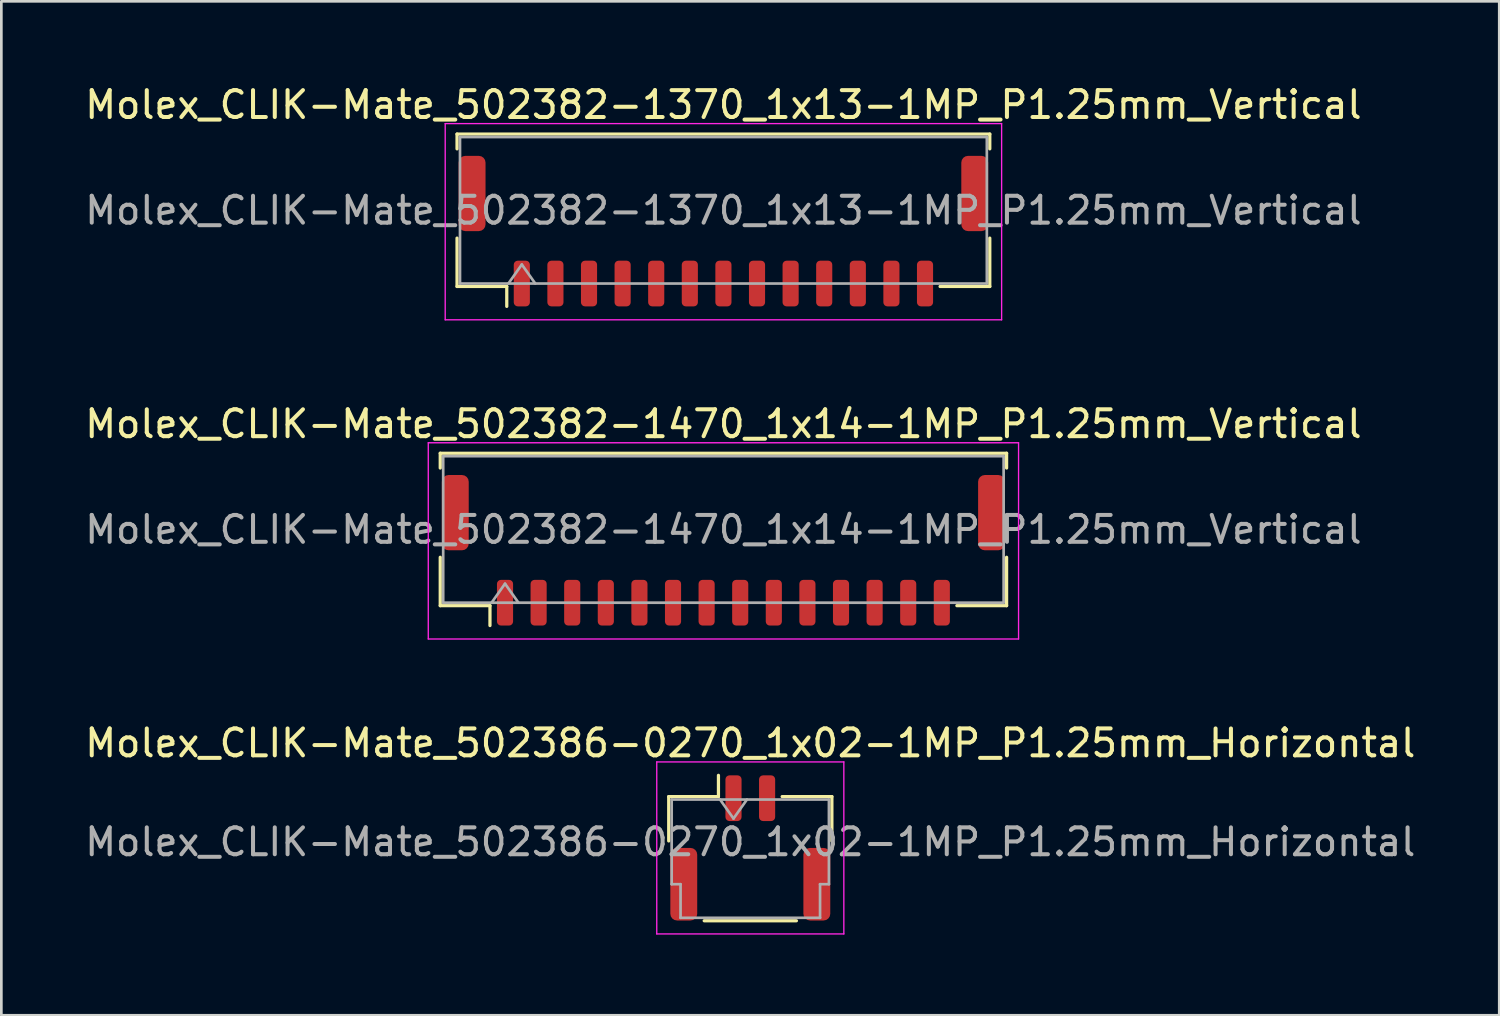
<source format=kicad_pcb>
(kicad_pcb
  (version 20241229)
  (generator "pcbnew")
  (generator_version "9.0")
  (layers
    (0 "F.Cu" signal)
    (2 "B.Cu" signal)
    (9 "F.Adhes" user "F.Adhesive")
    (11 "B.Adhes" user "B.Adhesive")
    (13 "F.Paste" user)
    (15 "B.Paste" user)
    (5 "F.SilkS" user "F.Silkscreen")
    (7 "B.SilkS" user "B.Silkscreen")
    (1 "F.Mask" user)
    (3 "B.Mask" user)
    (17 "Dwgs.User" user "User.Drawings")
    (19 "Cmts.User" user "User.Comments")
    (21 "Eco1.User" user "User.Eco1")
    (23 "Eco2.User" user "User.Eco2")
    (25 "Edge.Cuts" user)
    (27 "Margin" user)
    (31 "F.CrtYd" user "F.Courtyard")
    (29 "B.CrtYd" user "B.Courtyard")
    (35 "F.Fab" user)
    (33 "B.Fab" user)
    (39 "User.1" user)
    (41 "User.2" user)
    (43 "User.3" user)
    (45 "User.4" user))
  (footprint "Molex_CLIK-Mate_502386-0270_1x02-1MP_P1.25mm_Horizontal"
    (layer "F.Cu")
    (at 24.863 28.495)
    (property "Reference" "Molex_CLIK-Mate_502386-0270_1x02-1MP_P1.25mm_Horizontal" (at 0 -3.9 0) (layer "F.SilkS") (effects (font (size 1 1) (thickness 0.15))))
    (attr smd)
    (fp_line (start -3.035 -1.91) (end -1.185 -1.91) (stroke (width 0.12) (type solid)) (layer "F.SilkS"))
    (fp_line (start -3.035 -0.26) (end -3.035 -1.91) (stroke (width 0.12) (type solid)) (layer "F.SilkS"))
    (fp_line (start -1.715 2.71) (end 1.715 2.71) (stroke (width 0.12) (type solid)) (layer "F.SilkS"))
    (fp_line (start -1.185 -1.91) (end -1.185 -2.7) (stroke (width 0.12) (type solid)) (layer "F.SilkS"))
    (fp_line (start 3.035 -1.91) (end 1.185 -1.91) (stroke (width 0.12) (type solid)) (layer "F.SilkS"))
    (fp_line (start 3.035 -0.26) (end 3.035 -1.91) (stroke (width 0.12) (type solid)) (layer "F.SilkS"))
    (fp_line (start -3.48 -3.2) (end -3.48 3.2) (stroke (width 0.05) (type solid)) (layer "F.CrtYd"))
    (fp_line (start -3.48 3.2) (end 3.48 3.2) (stroke (width 0.05) (type solid)) (layer "F.CrtYd"))
    (fp_line (start 3.48 -3.2) (end -3.48 -3.2) (stroke (width 0.05) (type solid)) (layer "F.CrtYd"))
    (fp_line (start 3.48 3.2) (end 3.48 -3.2) (stroke (width 0.05) (type solid)) (layer "F.CrtYd"))
    (fp_line (start -2.925 -1.8) (end -2.925 1.35) (stroke (width 0.1) (type solid)) (layer "F.Fab"))
    (fp_line (start -2.925 -1.8) (end 2.925 -1.8) (stroke (width 0.1) (type solid)) (layer "F.Fab"))
    (fp_line (start -2.925 1.35) (end -2.595 1.35) (stroke (width 0.1) (type solid)) (layer "F.Fab"))
    (fp_line (start -2.595 1.35) (end -2.595 2.6) (stroke (width 0.1) (type solid)) (layer "F.Fab"))
    (fp_line (start -2.595 2.6) (end 2.595 2.6) (stroke (width 0.1) (type solid)) (layer "F.Fab"))
    (fp_line (start -1.125 -1.8) (end -0.625 -1.093) (stroke (width 0.1) (type solid)) (layer "F.Fab"))
    (fp_line (start -0.625 -1.093) (end -0.125 -1.8) (stroke (width 0.1) (type solid)) (layer "F.Fab"))
    (fp_line (start 2.595 1.35) (end 2.925 1.35) (stroke (width 0.1) (type solid)) (layer "F.Fab"))
    (fp_line (start 2.595 2.6) (end 2.595 1.35) (stroke (width 0.1) (type solid)) (layer "F.Fab"))
    (fp_line (start 2.925 -1.8) (end 2.925 1.35) (stroke (width 0.1) (type solid)) (layer "F.Fab"))
    (fp_text user "${REFERENCE}" (at 0 -0.22 0) (layer "F.Fab") (effects (font (size 1 1) (thickness 0.15))))
    (pad "1" smd roundrect (at -0.625 -1.85) (size 0.6 1.7) (layers "F.Cu" "F.Mask" "F.Paste") (roundrect_rratio 0.25))
    (pad "2" smd roundrect (at 0.625 -1.85) (size 0.6 1.7) (layers "F.Cu" "F.Mask" "F.Paste") (roundrect_rratio 0.25))
    (pad "MP" smd roundrect (at -2.475 1.35) (size 1 2.7) (layers "F.Cu" "F.Mask" "F.Paste") (roundrect_rratio 0.25))
    (pad "MP" smd roundrect (at 2.475 1.35) (size 1 2.7) (layers "F.Cu" "F.Mask" "F.Paste") (roundrect_rratio 0.25)))
  (footprint "Molex_CLIK-Mate_502382-1470_1x14-1MP_P1.25mm_Vertical"
    (layer "F.Cu")
    (at 23.863 17.422)
    (property "Reference" "Molex_CLIK-Mate_502382-1470_1x14-1MP_P1.25mm_Vertical" (at 0 -4.7 0) (layer "F.SilkS") (effects (font (size 1 1) (thickness 0.15))))
    (attr smd)
    (fp_line (start -10.535 -3.61) (end 10.535 -3.61) (stroke (width 0.12) (type solid)) (layer "F.SilkS"))
    (fp_line (start -10.535 -3.06) (end -10.535 -3.61) (stroke (width 0.12) (type solid)) (layer "F.SilkS"))
    (fp_line (start -10.535 0.26) (end -10.535 2.06) (stroke (width 0.12) (type solid)) (layer "F.SilkS"))
    (fp_line (start -10.535 2.06) (end -8.685 2.06) (stroke (width 0.12) (type solid)) (layer "F.SilkS"))
    (fp_line (start -8.685 2.06) (end -8.685 2.8) (stroke (width 0.12) (type solid)) (layer "F.SilkS"))
    (fp_line (start 10.535 -3.61) (end 10.535 -3.06) (stroke (width 0.12) (type solid)) (layer "F.SilkS"))
    (fp_line (start 10.535 0.26) (end 10.535 2.06) (stroke (width 0.12) (type solid)) (layer "F.SilkS"))
    (fp_line (start 10.535 2.06) (end 8.685 2.06) (stroke (width 0.12) (type solid)) (layer "F.SilkS"))
    (fp_line (start -10.98 -4) (end -10.98 3.3) (stroke (width 0.05) (type solid)) (layer "F.CrtYd"))
    (fp_line (start -10.98 3.3) (end 10.98 3.3) (stroke (width 0.05) (type solid)) (layer "F.CrtYd"))
    (fp_line (start 10.98 -4) (end -10.98 -4) (stroke (width 0.05) (type solid)) (layer "F.CrtYd"))
    (fp_line (start 10.98 3.3) (end 10.98 -4) (stroke (width 0.05) (type solid)) (layer "F.CrtYd"))
    (fp_line (start -10.425 -3.5) (end 10.425 -3.5) (stroke (width 0.1) (type solid)) (layer "F.Fab"))
    (fp_line (start -10.425 1.95) (end -10.425 -3.5) (stroke (width 0.1) (type solid)) (layer "F.Fab"))
    (fp_line (start -10.425 1.95) (end 10.425 1.95) (stroke (width 0.1) (type solid)) (layer "F.Fab"))
    (fp_line (start -8.625 1.95) (end -8.125 1.243) (stroke (width 0.1) (type solid)) (layer "F.Fab"))
    (fp_line (start -8.125 1.243) (end -7.625 1.95) (stroke (width 0.1) (type solid)) (layer "F.Fab"))
    (fp_line (start 10.425 1.95) (end 10.425 -3.5) (stroke (width 0.1) (type solid)) (layer "F.Fab"))
    (fp_text user "${REFERENCE}" (at 0 -0.77 0) (layer "F.Fab") (effects (font (size 1 1) (thickness 0.15))))
    (pad "1" smd roundrect (at -8.125 1.95) (size 0.6 1.7) (layers "F.Cu" "F.Mask" "F.Paste") (roundrect_rratio 0.25))
    (pad "2" smd roundrect (at -6.875 1.95) (size 0.6 1.7) (layers "F.Cu" "F.Mask" "F.Paste") (roundrect_rratio 0.25))
    (pad "3" smd roundrect (at -5.625 1.95) (size 0.6 1.7) (layers "F.Cu" "F.Mask" "F.Paste") (roundrect_rratio 0.25))
    (pad "4" smd roundrect (at -4.375 1.95) (size 0.6 1.7) (layers "F.Cu" "F.Mask" "F.Paste") (roundrect_rratio 0.25))
    (pad "5" smd roundrect (at -3.125 1.95) (size 0.6 1.7) (layers "F.Cu" "F.Mask" "F.Paste") (roundrect_rratio 0.25))
    (pad "6" smd roundrect (at -1.875 1.95) (size 0.6 1.7) (layers "F.Cu" "F.Mask" "F.Paste") (roundrect_rratio 0.25))
    (pad "7" smd roundrect (at -0.625 1.95) (size 0.6 1.7) (layers "F.Cu" "F.Mask" "F.Paste") (roundrect_rratio 0.25))
    (pad "8" smd roundrect (at 0.625 1.95) (size 0.6 1.7) (layers "F.Cu" "F.Mask" "F.Paste") (roundrect_rratio 0.25))
    (pad "9" smd roundrect (at 1.875 1.95) (size 0.6 1.7) (layers "F.Cu" "F.Mask" "F.Paste") (roundrect_rratio 0.25))
    (pad "10" smd roundrect (at 3.125 1.95) (size 0.6 1.7) (layers "F.Cu" "F.Mask" "F.Paste") (roundrect_rratio 0.25))
    (pad "11" smd roundrect (at 4.375 1.95) (size 0.6 1.7) (layers "F.Cu" "F.Mask" "F.Paste") (roundrect_rratio 0.25))
    (pad "12" smd roundrect (at 5.625 1.95) (size 0.6 1.7) (layers "F.Cu" "F.Mask" "F.Paste") (roundrect_rratio 0.25))
    (pad "13" smd roundrect (at 6.875 1.95) (size 0.6 1.7) (layers "F.Cu" "F.Mask" "F.Paste") (roundrect_rratio 0.25))
    (pad "14" smd roundrect (at 8.125 1.95) (size 0.6 1.7) (layers "F.Cu" "F.Mask" "F.Paste") (roundrect_rratio 0.25))
    (pad "MP" smd roundrect (at -9.975 -1.4) (size 1 2.8) (layers "F.Cu" "F.Mask" "F.Paste") (roundrect_rratio 0.25))
    (pad "MP" smd roundrect (at 9.975 -1.4) (size 1 2.8) (layers "F.Cu" "F.Mask" "F.Paste") (roundrect_rratio 0.25)))
  (footprint "Molex_CLIK-Mate_502382-1370_1x13-1MP_P1.25mm_Vertical"
    (layer "F.Cu")
    (at 23.863 5.548)
    (property "Reference" "Molex_CLIK-Mate_502382-1370_1x13-1MP_P1.25mm_Vertical" (at 0 -4.7 0) (layer "F.SilkS") (effects (font (size 1 1) (thickness 0.15))))
    (attr smd)
    (fp_line (start -9.91 -3.61) (end 9.91 -3.61) (stroke (width 0.12) (type solid)) (layer "F.SilkS"))
    (fp_line (start -9.91 -3.06) (end -9.91 -3.61) (stroke (width 0.12) (type solid)) (layer "F.SilkS"))
    (fp_line (start -9.91 0.26) (end -9.91 2.06) (stroke (width 0.12) (type solid)) (layer "F.SilkS"))
    (fp_line (start -9.91 2.06) (end -8.06 2.06) (stroke (width 0.12) (type solid)) (layer "F.SilkS"))
    (fp_line (start -8.06 2.06) (end -8.06 2.8) (stroke (width 0.12) (type solid)) (layer "F.SilkS"))
    (fp_line (start 9.91 -3.61) (end 9.91 -3.06) (stroke (width 0.12) (type solid)) (layer "F.SilkS"))
    (fp_line (start 9.91 0.26) (end 9.91 2.06) (stroke (width 0.12) (type solid)) (layer "F.SilkS"))
    (fp_line (start 9.91 2.06) (end 8.06 2.06) (stroke (width 0.12) (type solid)) (layer "F.SilkS"))
    (fp_line (start -10.35 -4) (end -10.35 3.3) (stroke (width 0.05) (type solid)) (layer "F.CrtYd"))
    (fp_line (start -10.35 3.3) (end 10.35 3.3) (stroke (width 0.05) (type solid)) (layer "F.CrtYd"))
    (fp_line (start 10.35 -4) (end -10.35 -4) (stroke (width 0.05) (type solid)) (layer "F.CrtYd"))
    (fp_line (start 10.35 3.3) (end 10.35 -4) (stroke (width 0.05) (type solid)) (layer "F.CrtYd"))
    (fp_line (start -9.8 -3.5) (end 9.8 -3.5) (stroke (width 0.1) (type solid)) (layer "F.Fab"))
    (fp_line (start -9.8 1.95) (end -9.8 -3.5) (stroke (width 0.1) (type solid)) (layer "F.Fab"))
    (fp_line (start -9.8 1.95) (end 9.8 1.95) (stroke (width 0.1) (type solid)) (layer "F.Fab"))
    (fp_line (start -8 1.95) (end -7.5 1.243) (stroke (width 0.1) (type solid)) (layer "F.Fab"))
    (fp_line (start -7.5 1.243) (end -7 1.95) (stroke (width 0.1) (type solid)) (layer "F.Fab"))
    (fp_line (start 9.8 1.95) (end 9.8 -3.5) (stroke (width 0.1) (type solid)) (layer "F.Fab"))
    (fp_text user "${REFERENCE}" (at 0 -0.77 0) (layer "F.Fab") (effects (font (size 1 1) (thickness 0.15))))
    (pad "1" smd roundrect (at -7.5 1.95) (size 0.6 1.7) (layers "F.Cu" "F.Mask" "F.Paste") (roundrect_rratio 0.25))
    (pad "2" smd roundrect (at -6.25 1.95) (size 0.6 1.7) (layers "F.Cu" "F.Mask" "F.Paste") (roundrect_rratio 0.25))
    (pad "3" smd roundrect (at -5 1.95) (size 0.6 1.7) (layers "F.Cu" "F.Mask" "F.Paste") (roundrect_rratio 0.25))
    (pad "4" smd roundrect (at -3.75 1.95) (size 0.6 1.7) (layers "F.Cu" "F.Mask" "F.Paste") (roundrect_rratio 0.25))
    (pad "5" smd roundrect (at -2.5 1.95) (size 0.6 1.7) (layers "F.Cu" "F.Mask" "F.Paste") (roundrect_rratio 0.25))
    (pad "6" smd roundrect (at -1.25 1.95) (size 0.6 1.7) (layers "F.Cu" "F.Mask" "F.Paste") (roundrect_rratio 0.25))
    (pad "7" smd roundrect (at 0 1.95) (size 0.6 1.7) (layers "F.Cu" "F.Mask" "F.Paste") (roundrect_rratio 0.25))
    (pad "8" smd roundrect (at 1.25 1.95) (size 0.6 1.7) (layers "F.Cu" "F.Mask" "F.Paste") (roundrect_rratio 0.25))
    (pad "9" smd roundrect (at 2.5 1.95) (size 0.6 1.7) (layers "F.Cu" "F.Mask" "F.Paste") (roundrect_rratio 0.25))
    (pad "10" smd roundrect (at 3.75 1.95) (size 0.6 1.7) (layers "F.Cu" "F.Mask" "F.Paste") (roundrect_rratio 0.25))
    (pad "11" smd roundrect (at 5 1.95) (size 0.6 1.7) (layers "F.Cu" "F.Mask" "F.Paste") (roundrect_rratio 0.25))
    (pad "12" smd roundrect (at 6.25 1.95) (size 0.6 1.7) (layers "F.Cu" "F.Mask" "F.Paste") (roundrect_rratio 0.25))
    (pad "13" smd roundrect (at 7.5 1.95) (size 0.6 1.7) (layers "F.Cu" "F.Mask" "F.Paste") (roundrect_rratio 0.25))
    (pad "MP" smd roundrect (at -9.35 -1.4) (size 1 2.8) (layers "F.Cu" "F.Mask" "F.Paste") (roundrect_rratio 0.25))
    (pad "MP" smd roundrect (at 9.35 -1.4) (size 1 2.8) (layers "F.Cu" "F.Mask" "F.Paste") (roundrect_rratio 0.25)))
  (gr_rect
    (start -3 -3)
    (end 52.726 34.72)
    (stroke (width 0.1) (type default))
    (fill no)
    (layer "Edge.Cuts")))
</source>
